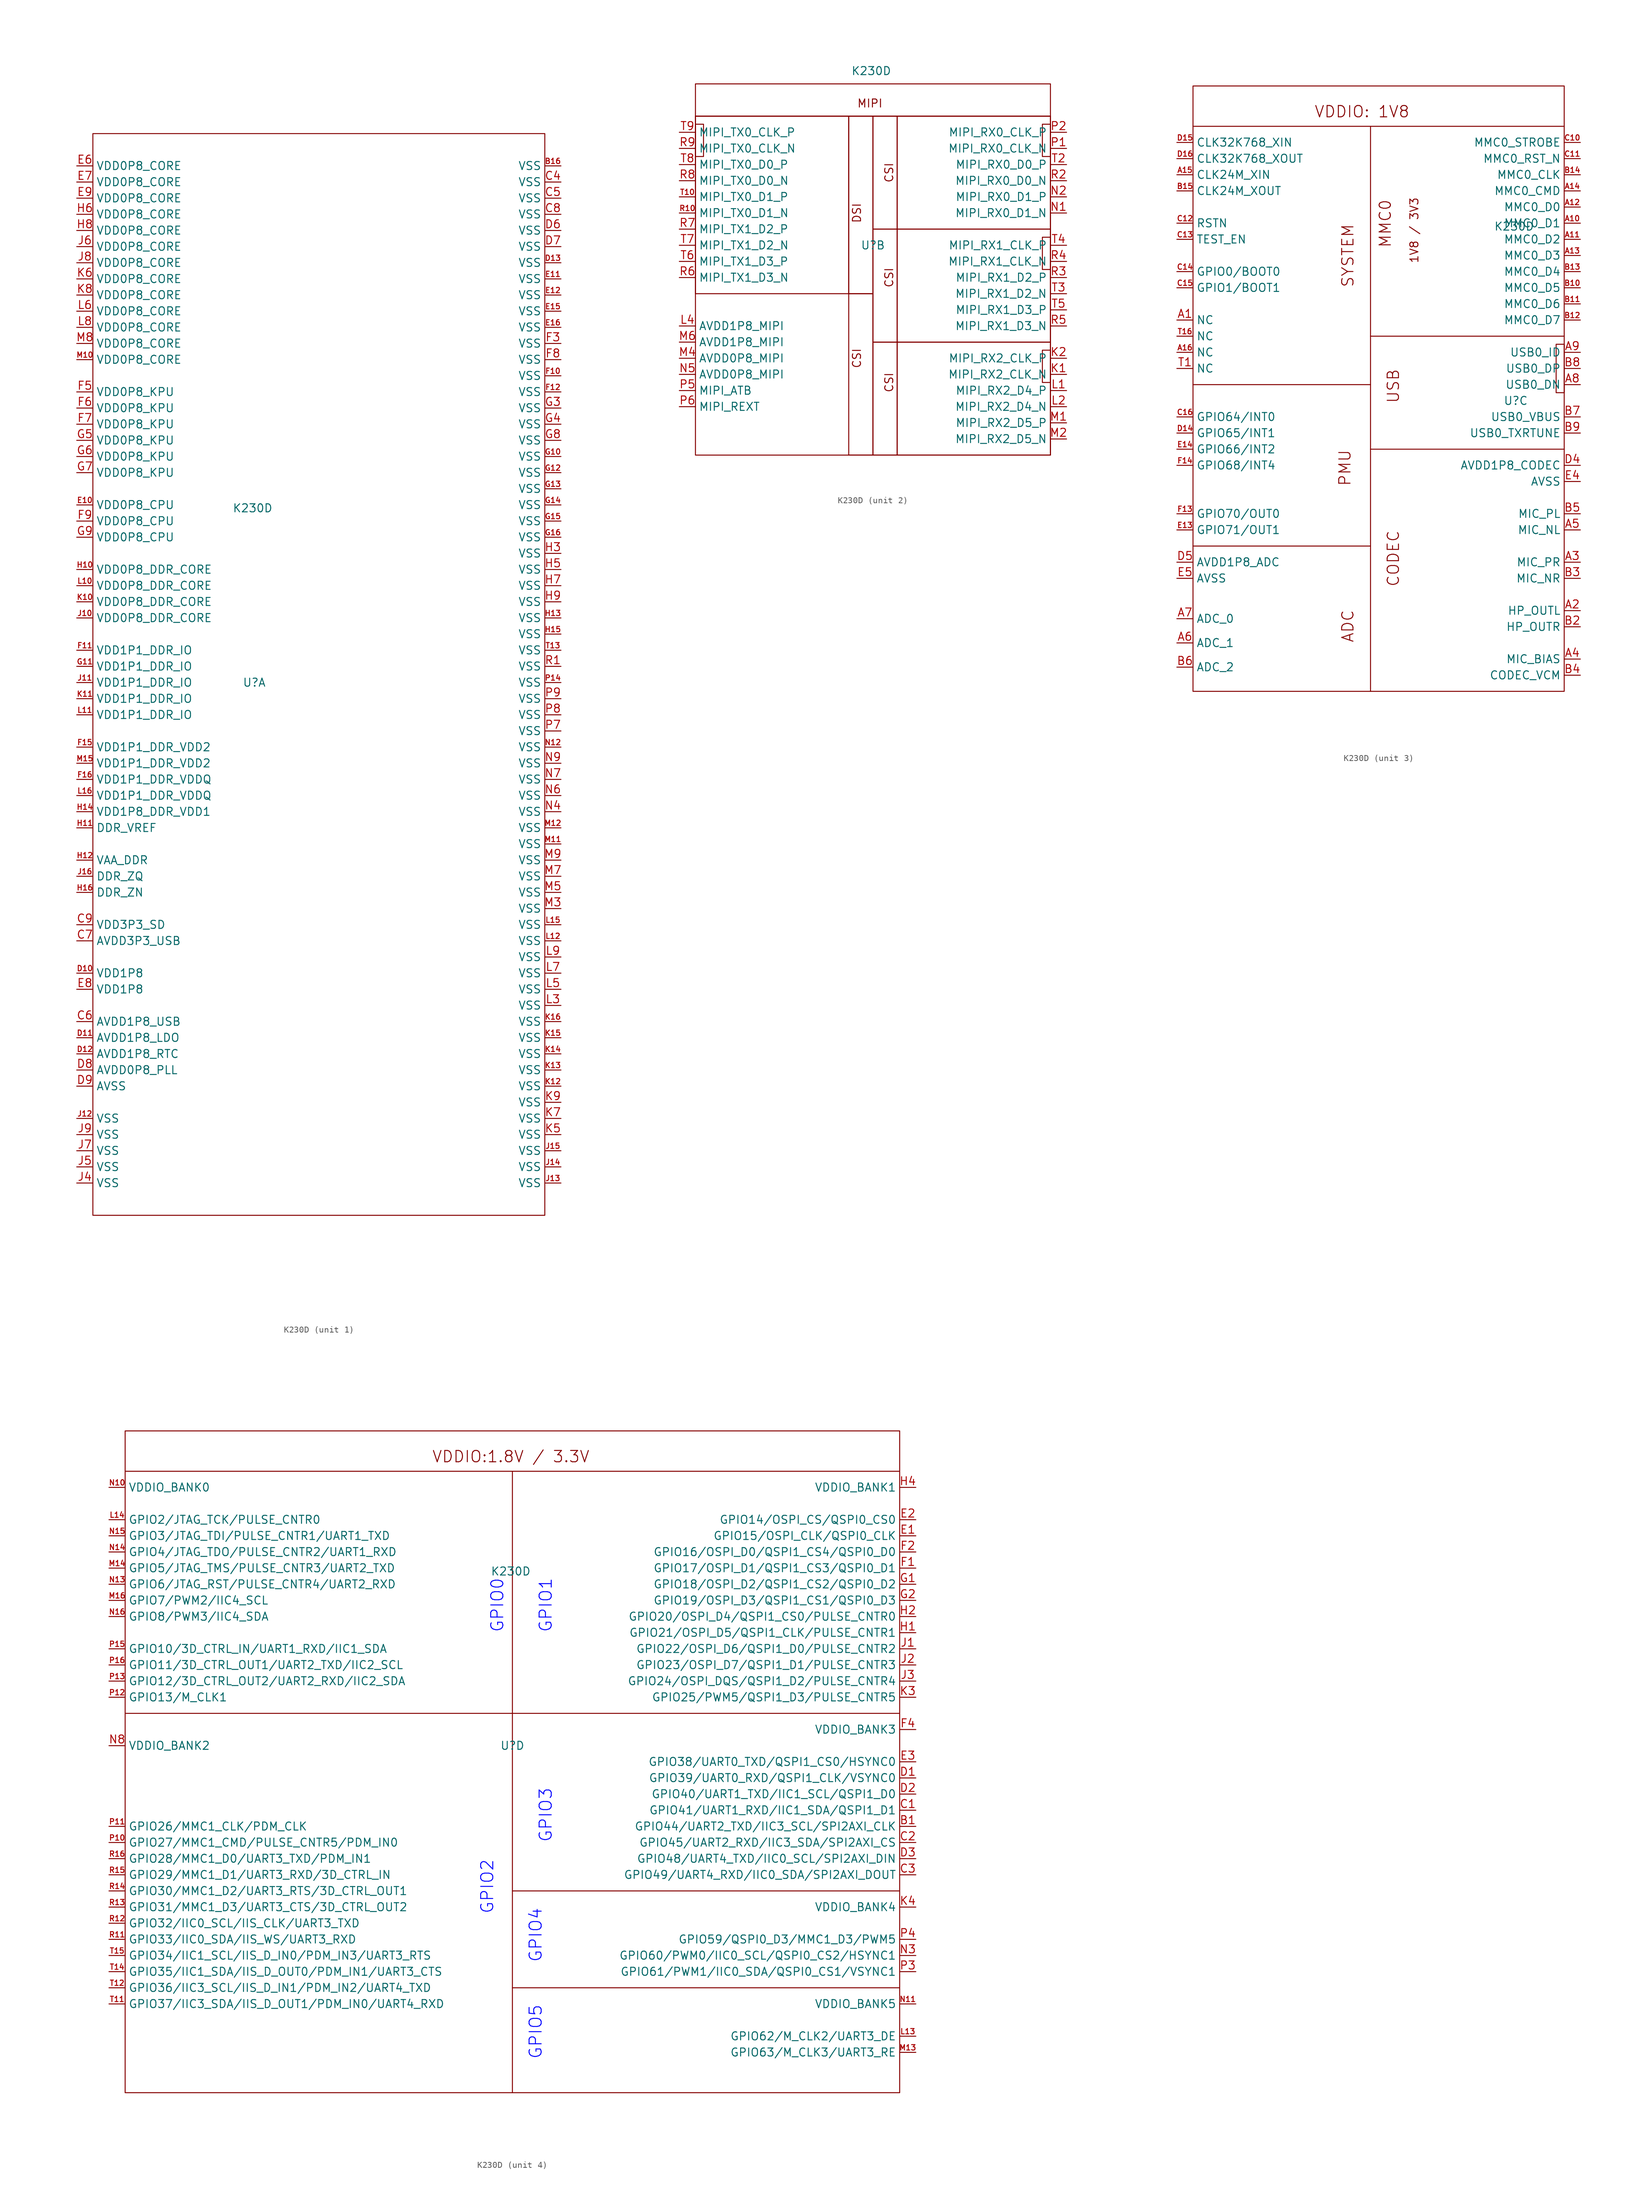
<source format=kicad_sym>
(kicad_symbol_lib
  (version 20231120)
  (generator "kicad_symbol_editor")
  (generator_version "8.0")
  (symbol "K230D"
    (property "Reference" "U"
      (at 0 0 0)
      (effects (font (size 1.27 1.27))))
    (property "Value" "K230D"
      (at -0.254 27.432 0)
      (effects (font (size 1.27 1.27))))
    (symbol "K230D_1_0"
      (rectangle (start -25.4 -83.82) (end 45.72 86.36) (stroke (width 0) (type default)) (fill (type none)))
      (pin input line (at 48.26 81.28 180) (length 2.54) (name "VSS" (effects (font (size 1.27 1.27)))) (number "B16" (effects (font (size 0.847 0.847)))))
      (pin input line (at 48.26 78.74 180) (length 2.54) (name "VSS" (effects (font (size 1.27 1.27)))) (number "C4" (effects (font (size 1.27 1.27)))))
      (pin input line (at 48.26 76.2 180) (length 2.54) (name "VSS" (effects (font (size 1.27 1.27)))) (number "C5" (effects (font (size 1.27 1.27)))))
      (pin input line (at -27.94 -53.34 0) (length 2.54) (name "AVDD1P8_USB" (effects (font (size 1.27 1.27)))) (number "C6" (effects (font (size 1.27 1.27)))))
      (pin input line (at -27.94 -40.64 0) (length 2.54) (name "AVDD3P3_USB" (effects (font (size 1.27 1.27)))) (number "C7" (effects (font (size 1.27 1.27)))))
      (pin input line (at 48.26 73.66 180) (length 2.54) (name "VSS" (effects (font (size 1.27 1.27)))) (number "C8" (effects (font (size 1.27 1.27)))))
      (pin input line (at -27.94 -38.1 0) (length 2.54) (name "VDD3P3_SD" (effects (font (size 1.27 1.27)))) (number "C9" (effects (font (size 1.27 1.27)))))
      (pin input line (at -27.94 -45.72 0) (length 2.54) (name "VDD1P8" (effects (font (size 1.27 1.27)))) (number "D10" (effects (font (size 0.847 0.847)))))
      (pin input line (at -27.94 -55.88 0) (length 2.54) (name "AVDD1P8_LDO" (effects (font (size 1.27 1.27)))) (number "D11" (effects (font (size 0.847 0.847)))))
      (pin input line (at -27.94 -58.42 0) (length 2.54) (name "AVDD1P8_RTC" (effects (font (size 1.27 1.27)))) (number "D12" (effects (font (size 0.847 0.847)))))
      (pin input line (at 48.26 66.04 180) (length 2.54) (name "VSS" (effects (font (size 1.27 1.27)))) (number "D13" (effects (font (size 0.847 0.847)))))
      (pin input line (at 48.26 71.12 180) (length 2.54) (name "VSS" (effects (font (size 1.27 1.27)))) (number "D6" (effects (font (size 1.27 1.27)))))
      (pin input line (at 48.26 68.58 180) (length 2.54) (name "VSS" (effects (font (size 1.27 1.27)))) (number "D7" (effects (font (size 1.27 1.27)))))
      (pin input line (at -27.94 -60.96 0) (length 2.54) (name "AVDD0P8_PLL" (effects (font (size 1.27 1.27)))) (number "D8" (effects (font (size 1.27 1.27)))))
      (pin input line (at -27.94 -63.5 0) (length 2.54) (name "AVSS" (effects (font (size 1.27 1.27)))) (number "D9" (effects (font (size 1.27 1.27)))))
      (pin input line (at -27.94 27.94 0) (length 2.54) (name "VDD0P8_CPU" (effects (font (size 1.27 1.27)))) (number "E10" (effects (font (size 0.847 0.847)))))
      (pin input line (at 48.26 63.5 180) (length 2.54) (name "VSS" (effects (font (size 1.27 1.27)))) (number "E11" (effects (font (size 0.847 0.847)))))
      (pin input line (at 48.26 60.96 180) (length 2.54) (name "VSS" (effects (font (size 1.27 1.27)))) (number "E12" (effects (font (size 0.847 0.847)))))
      (pin input line (at 48.26 58.42 180) (length 2.54) (name "VSS" (effects (font (size 1.27 1.27)))) (number "E15" (effects (font (size 0.847 0.847)))))
      (pin input line (at 48.26 55.88 180) (length 2.54) (name "VSS" (effects (font (size 1.27 1.27)))) (number "E16" (effects (font (size 0.847 0.847)))))
      (pin input line (at -27.94 81.28 0) (length 2.54) (name "VDD0P8_CORE" (effects (font (size 1.27 1.27)))) (number "E6" (effects (font (size 1.27 1.27)))))
      (pin input line (at -27.94 78.74 0) (length 2.54) (name "VDD0P8_CORE" (effects (font (size 1.27 1.27)))) (number "E7" (effects (font (size 1.27 1.27)))))
      (pin input line (at -27.94 -48.26 0) (length 2.54) (name "VDD1P8" (effects (font (size 1.27 1.27)))) (number "E8" (effects (font (size 1.27 1.27)))))
      (pin input line (at -27.94 76.2 0) (length 2.54) (name "VDD0P8_CORE" (effects (font (size 1.27 1.27)))) (number "E9" (effects (font (size 1.27 1.27)))))
      (pin input line (at 48.26 48.26 180) (length 2.54) (name "VSS" (effects (font (size 1.27 1.27)))) (number "F10" (effects (font (size 0.847 0.847)))))
      (pin input line (at -27.94 5.08 0) (length 2.54) (name "VDD1P1_DDR_IO" (effects (font (size 1.27 1.27)))) (number "F11" (effects (font (size 0.847 0.847)))))
      (pin input line (at 48.26 45.72 180) (length 2.54) (name "VSS" (effects (font (size 1.27 1.27)))) (number "F12" (effects (font (size 0.847 0.847)))))
      (pin input line (at -27.94 -10.16 0) (length 2.54) (name "VDD1P1_DDR_VDD2" (effects (font (size 1.27 1.27)))) (number "F15" (effects (font (size 0.847 0.847)))))
      (pin input line (at -27.94 -15.24 0) (length 2.54) (name "VDD1P1_DDR_VDDQ" (effects (font (size 1.27 1.27)))) (number "F16" (effects (font (size 0.847 0.847)))))
      (pin input line (at 48.26 53.34 180) (length 2.54) (name "VSS" (effects (font (size 1.27 1.27)))) (number "F3" (effects (font (size 1.27 1.27)))))
      (pin input line (at -27.94 45.72 0) (length 2.54) (name "VDD0P8_KPU" (effects (font (size 1.27 1.27)))) (number "F5" (effects (font (size 1.27 1.27)))))
      (pin input line (at -27.94 43.18 0) (length 2.54) (name "VDD0P8_KPU" (effects (font (size 1.27 1.27)))) (number "F6" (effects (font (size 1.27 1.27)))))
      (pin input line (at -27.94 40.64 0) (length 2.54) (name "VDD0P8_KPU" (effects (font (size 1.27 1.27)))) (number "F7" (effects (font (size 1.27 1.27)))))
      (pin input line (at 48.26 50.8 180) (length 2.54) (name "VSS" (effects (font (size 1.27 1.27)))) (number "F8" (effects (font (size 1.27 1.27)))))
      (pin input line (at -27.94 25.4 0) (length 2.54) (name "VDD0P8_CPU" (effects (font (size 1.27 1.27)))) (number "F9" (effects (font (size 1.27 1.27)))))
      (pin input line (at 48.26 35.56 180) (length 2.54) (name "VSS" (effects (font (size 1.27 1.27)))) (number "G10" (effects (font (size 0.847 0.847)))))
      (pin input line (at -27.94 2.54 0) (length 2.54) (name "VDD1P1_DDR_IO" (effects (font (size 1.27 1.27)))) (number "G11" (effects (font (size 0.847 0.847)))))
      (pin input line (at 48.26 33.02 180) (length 2.54) (name "VSS" (effects (font (size 1.27 1.27)))) (number "G12" (effects (font (size 0.847 0.847)))))
      (pin input line (at 48.26 30.48 180) (length 2.54) (name "VSS" (effects (font (size 1.27 1.27)))) (number "G13" (effects (font (size 0.847 0.847)))))
      (pin input line (at 48.26 27.94 180) (length 2.54) (name "VSS" (effects (font (size 1.27 1.27)))) (number "G14" (effects (font (size 0.847 0.847)))))
      (pin input line (at 48.26 25.4 180) (length 2.54) (name "VSS" (effects (font (size 1.27 1.27)))) (number "G15" (effects (font (size 0.847 0.847)))))
      (pin input line (at 48.26 22.86 180) (length 2.54) (name "VSS" (effects (font (size 1.27 1.27)))) (number "G16" (effects (font (size 0.847 0.847)))))
      (pin input line (at 48.26 43.18 180) (length 2.54) (name "VSS" (effects (font (size 1.27 1.27)))) (number "G3" (effects (font (size 1.27 1.27)))))
      (pin input line (at 48.26 40.64 180) (length 2.54) (name "VSS" (effects (font (size 1.27 1.27)))) (number "G4" (effects (font (size 1.27 1.27)))))
      (pin input line (at -27.94 38.1 0) (length 2.54) (name "VDD0P8_KPU" (effects (font (size 1.27 1.27)))) (number "G5" (effects (font (size 1.27 1.27)))))
      (pin input line (at -27.94 35.56 0) (length 2.54) (name "VDD0P8_KPU" (effects (font (size 1.27 1.27)))) (number "G6" (effects (font (size 1.27 1.27)))))
      (pin input line (at -27.94 33.02 0) (length 2.54) (name "VDD0P8_KPU" (effects (font (size 1.27 1.27)))) (number "G7" (effects (font (size 1.27 1.27)))))
      (pin input line (at 48.26 38.1 180) (length 2.54) (name "VSS" (effects (font (size 1.27 1.27)))) (number "G8" (effects (font (size 1.27 1.27)))))
      (pin input line (at -27.94 22.86 0) (length 2.54) (name "VDD0P8_CPU" (effects (font (size 1.27 1.27)))) (number "G9" (effects (font (size 1.27 1.27)))))
      (pin input line (at -27.94 17.78 0) (length 2.54) (name "VDD0P8_DDR_CORE" (effects (font (size 1.27 1.27)))) (number "H10" (effects (font (size 0.847 0.847)))))
      (pin input line (at -27.94 -22.86 0) (length 2.54) (name "DDR_VREF" (effects (font (size 1.27 1.27)))) (number "H11" (effects (font (size 0.847 0.847)))))
      (pin input line (at -27.94 -27.94 0) (length 2.54) (name "VAA_DDR" (effects (font (size 1.27 1.27)))) (number "H12" (effects (font (size 0.847 0.847)))))
      (pin input line (at 48.26 10.16 180) (length 2.54) (name "VSS" (effects (font (size 1.27 1.27)))) (number "H13" (effects (font (size 0.847 0.847)))))
      (pin input line (at -27.94 -20.32 0) (length 2.54) (name "VDD1P8_DDR_VDD1" (effects (font (size 1.27 1.27)))) (number "H14" (effects (font (size 0.847 0.847)))))
      (pin input line (at 48.26 7.62 180) (length 2.54) (name "VSS" (effects (font (size 1.27 1.27)))) (number "H15" (effects (font (size 0.847 0.847)))))
      (pin input line (at -27.94 -33.02 0) (length 2.54) (name "DDR_ZN" (effects (font (size 1.27 1.27)))) (number "H16" (effects (font (size 0.847 0.847)))))
      (pin input line (at 48.26 20.32 180) (length 2.54) (name "VSS" (effects (font (size 1.27 1.27)))) (number "H3" (effects (font (size 1.27 1.27)))))
      (pin input line (at 48.26 17.78 180) (length 2.54) (name "VSS" (effects (font (size 1.27 1.27)))) (number "H5" (effects (font (size 1.27 1.27)))))
      (pin input line (at -27.94 73.66 0) (length 2.54) (name "VDD0P8_CORE" (effects (font (size 1.27 1.27)))) (number "H6" (effects (font (size 1.27 1.27)))))
      (pin input line (at 48.26 15.24 180) (length 2.54) (name "VSS" (effects (font (size 1.27 1.27)))) (number "H7" (effects (font (size 1.27 1.27)))))
      (pin input line (at -27.94 71.12 0) (length 2.54) (name "VDD0P8_CORE" (effects (font (size 1.27 1.27)))) (number "H8" (effects (font (size 1.27 1.27)))))
      (pin input line (at 48.26 12.7 180) (length 2.54) (name "VSS" (effects (font (size 1.27 1.27)))) (number "H9" (effects (font (size 1.27 1.27)))))
      (pin input line (at -27.94 10.16 0) (length 2.54) (name "VDD0P8_DDR_CORE" (effects (font (size 1.27 1.27)))) (number "J10" (effects (font (size 0.847 0.847)))))
      (pin input line (at -27.94 0 0) (length 2.54) (name "VDD1P1_DDR_IO" (effects (font (size 1.27 1.27)))) (number "J11" (effects (font (size 0.847 0.847)))))
      (pin input line (at -27.94 -68.58 0) (length 2.54) (name "VSS" (effects (font (size 1.27 1.27)))) (number "J12" (effects (font (size 0.847 0.847)))))
      (pin input line (at 48.26 -78.74 180) (length 2.54) (name "VSS" (effects (font (size 1.27 1.27)))) (number "J13" (effects (font (size 0.847 0.847)))))
      (pin input line (at 48.26 -76.2 180) (length 2.54) (name "VSS" (effects (font (size 1.27 1.27)))) (number "J14" (effects (font (size 0.847 0.847)))))
      (pin input line (at 48.26 -73.66 180) (length 2.54) (name "VSS" (effects (font (size 1.27 1.27)))) (number "J15" (effects (font (size 0.847 0.847)))))
      (pin input line (at -27.94 -30.48 0) (length 2.54) (name "DDR_ZQ" (effects (font (size 1.27 1.27)))) (number "J16" (effects (font (size 0.847 0.847)))))
      (pin input line (at -27.94 -78.74 0) (length 2.54) (name "VSS" (effects (font (size 1.27 1.27)))) (number "J4" (effects (font (size 1.27 1.27)))))
      (pin input line (at -27.94 -76.2 0) (length 2.54) (name "VSS" (effects (font (size 1.27 1.27)))) (number "J5" (effects (font (size 1.27 1.27)))))
      (pin input line (at -27.94 68.58 0) (length 2.54) (name "VDD0P8_CORE" (effects (font (size 1.27 1.27)))) (number "J6" (effects (font (size 1.27 1.27)))))
      (pin input line (at -27.94 -73.66 0) (length 2.54) (name "VSS" (effects (font (size 1.27 1.27)))) (number "J7" (effects (font (size 1.27 1.27)))))
      (pin input line (at -27.94 66.04 0) (length 2.54) (name "VDD0P8_CORE" (effects (font (size 1.27 1.27)))) (number "J8" (effects (font (size 1.27 1.27)))))
      (pin input line (at -27.94 -71.12 0) (length 2.54) (name "VSS" (effects (font (size 1.27 1.27)))) (number "J9" (effects (font (size 1.27 1.27)))))
      (pin input line (at -27.94 12.7 0) (length 2.54) (name "VDD0P8_DDR_CORE" (effects (font (size 1.27 1.27)))) (number "K10" (effects (font (size 0.847 0.847)))))
      (pin input line (at -27.94 -2.54 0) (length 2.54) (name "VDD1P1_DDR_IO" (effects (font (size 1.27 1.27)))) (number "K11" (effects (font (size 0.847 0.847)))))
      (pin input line (at 48.26 -63.5 180) (length 2.54) (name "VSS" (effects (font (size 1.27 1.27)))) (number "K12" (effects (font (size 0.847 0.847)))))
      (pin input line (at 48.26 -60.96 180) (length 2.54) (name "VSS" (effects (font (size 1.27 1.27)))) (number "K13" (effects (font (size 0.847 0.847)))))
      (pin input line (at 48.26 -58.42 180) (length 2.54) (name "VSS" (effects (font (size 1.27 1.27)))) (number "K14" (effects (font (size 0.847 0.847)))))
      (pin input line (at 48.26 -55.88 180) (length 2.54) (name "VSS" (effects (font (size 1.27 1.27)))) (number "K15" (effects (font (size 0.847 0.847)))))
      (pin input line (at 48.26 -53.34 180) (length 2.54) (name "VSS" (effects (font (size 1.27 1.27)))) (number "K16" (effects (font (size 0.847 0.847)))))
      (pin input line (at 48.26 -71.12 180) (length 2.54) (name "VSS" (effects (font (size 1.27 1.27)))) (number "K5" (effects (font (size 1.27 1.27)))))
      (pin input line (at -27.94 63.5 0) (length 2.54) (name "VDD0P8_CORE" (effects (font (size 1.27 1.27)))) (number "K6" (effects (font (size 1.27 1.27)))))
      (pin input line (at 48.26 -68.58 180) (length 2.54) (name "VSS" (effects (font (size 1.27 1.27)))) (number "K7" (effects (font (size 1.27 1.27)))))
      (pin input line (at -27.94 60.96 0) (length 2.54) (name "VDD0P8_CORE" (effects (font (size 1.27 1.27)))) (number "K8" (effects (font (size 1.27 1.27)))))
      (pin input line (at 48.26 -66.04 180) (length 2.54) (name "VSS" (effects (font (size 1.27 1.27)))) (number "K9" (effects (font (size 1.27 1.27)))))
      (pin input line (at -27.94 15.24 0) (length 2.54) (name "VDD0P8_DDR_CORE" (effects (font (size 1.27 1.27)))) (number "L10" (effects (font (size 0.847 0.847)))))
      (pin input line (at -27.94 -5.08 0) (length 2.54) (name "VDD1P1_DDR_IO" (effects (font (size 1.27 1.27)))) (number "L11" (effects (font (size 0.847 0.847)))))
      (pin input line (at 48.26 -40.64 180) (length 2.54) (name "VSS" (effects (font (size 1.27 1.27)))) (number "L12" (effects (font (size 0.847 0.847)))))
      (pin input line (at 48.26 -38.1 180) (length 2.54) (name "VSS" (effects (font (size 1.27 1.27)))) (number "L15" (effects (font (size 0.847 0.847)))))
      (pin input line (at -27.94 -17.78 0) (length 2.54) (name "VDD1P1_DDR_VDDQ" (effects (font (size 1.27 1.27)))) (number "L16" (effects (font (size 0.847 0.847)))))
      (pin input line (at 48.26 -50.8 180) (length 2.54) (name "VSS" (effects (font (size 1.27 1.27)))) (number "L3" (effects (font (size 1.27 1.27)))))
      (pin input line (at 48.26 -48.26 180) (length 2.54) (name "VSS" (effects (font (size 1.27 1.27)))) (number "L5" (effects (font (size 1.27 1.27)))))
      (pin input line (at -27.94 58.42 0) (length 2.54) (name "VDD0P8_CORE" (effects (font (size 1.27 1.27)))) (number "L6" (effects (font (size 1.27 1.27)))))
      (pin input line (at 48.26 -45.72 180) (length 2.54) (name "VSS" (effects (font (size 1.27 1.27)))) (number "L7" (effects (font (size 1.27 1.27)))))
      (pin input line (at -27.94 55.88 0) (length 2.54) (name "VDD0P8_CORE" (effects (font (size 1.27 1.27)))) (number "L8" (effects (font (size 1.27 1.27)))))
      (pin input line (at 48.26 -43.18 180) (length 2.54) (name "VSS" (effects (font (size 1.27 1.27)))) (number "L9" (effects (font (size 1.27 1.27)))))
      (pin input line (at -27.94 50.8 0) (length 2.54) (name "VDD0P8_CORE" (effects (font (size 1.27 1.27)))) (number "M10" (effects (font (size 0.847 0.847)))))
      (pin input line (at 48.26 -25.4 180) (length 2.54) (name "VSS" (effects (font (size 1.27 1.27)))) (number "M11" (effects (font (size 0.847 0.847)))))
      (pin input line (at 48.26 -22.86 180) (length 2.54) (name "VSS" (effects (font (size 1.27 1.27)))) (number "M12" (effects (font (size 0.847 0.847)))))
      (pin input line (at -27.94 -12.7 0) (length 2.54) (name "VDD1P1_DDR_VDD2" (effects (font (size 1.27 1.27)))) (number "M15" (effects (font (size 0.847 0.847)))))
      (pin input line (at 48.26 -35.56 180) (length 2.54) (name "VSS" (effects (font (size 1.27 1.27)))) (number "M3" (effects (font (size 1.27 1.27)))))
      (pin input line (at 48.26 -33.02 180) (length 2.54) (name "VSS" (effects (font (size 1.27 1.27)))) (number "M5" (effects (font (size 1.27 1.27)))))
      (pin input line (at 48.26 -30.48 180) (length 2.54) (name "VSS" (effects (font (size 1.27 1.27)))) (number "M7" (effects (font (size 1.27 1.27)))))
      (pin input line (at -27.94 53.34 0) (length 2.54) (name "VDD0P8_CORE" (effects (font (size 1.27 1.27)))) (number "M8" (effects (font (size 1.27 1.27)))))
      (pin input line (at 48.26 -27.94 180) (length 2.54) (name "VSS" (effects (font (size 1.27 1.27)))) (number "M9" (effects (font (size 1.27 1.27)))))
      (pin input line (at 48.26 -10.16 180) (length 2.54) (name "VSS" (effects (font (size 1.27 1.27)))) (number "N12" (effects (font (size 0.847 0.847)))))
      (pin input line (at 48.26 -20.32 180) (length 2.54) (name "VSS" (effects (font (size 1.27 1.27)))) (number "N4" (effects (font (size 1.27 1.27)))))
      (pin input line (at 48.26 -17.78 180) (length 2.54) (name "VSS" (effects (font (size 1.27 1.27)))) (number "N6" (effects (font (size 1.27 1.27)))))
      (pin input line (at 48.26 -15.24 180) (length 2.54) (name "VSS" (effects (font (size 1.27 1.27)))) (number "N7" (effects (font (size 1.27 1.27)))))
      (pin input line (at 48.26 -12.7 180) (length 2.54) (name "VSS" (effects (font (size 1.27 1.27)))) (number "N9" (effects (font (size 1.27 1.27)))))
      (pin input line (at 48.26 0 180) (length 2.54) (name "VSS" (effects (font (size 1.27 1.27)))) (number "P14" (effects (font (size 0.847 0.847)))))
      (pin input line (at 48.26 -7.62 180) (length 2.54) (name "VSS" (effects (font (size 1.27 1.27)))) (number "P7" (effects (font (size 1.27 1.27)))))
      (pin input line (at 48.26 -5.08 180) (length 2.54) (name "VSS" (effects (font (size 1.27 1.27)))) (number "P8" (effects (font (size 1.27 1.27)))))
      (pin input line (at 48.26 -2.54 180) (length 2.54) (name "VSS" (effects (font (size 1.27 1.27)))) (number "P9" (effects (font (size 1.27 1.27)))))
      (pin input line (at 48.26 2.54 180) (length 2.54) (name "VSS" (effects (font (size 1.27 1.27)))) (number "R1" (effects (font (size 1.27 1.27)))))
      (pin input line (at 48.26 5.08 180) (length 2.54) (name "VSS" (effects (font (size 1.27 1.27)))) (number "T13" (effects (font (size 0.847 0.847))))))
    (symbol "K230D_2_0"
      (rectangle (start -27.94 -33.02) (end 27.94 20.32) (stroke (width 0) (type default)) (fill (type none)))
      (rectangle (start -27.94 -7.62) (end -3.81 20.32) (stroke (width 0) (type default)) (fill (type none)))
      (rectangle (start -27.94 13.97) (end -26.67 19.05) (stroke (width 0) (type default)) (fill (type none)))
      (rectangle (start -27.94 20.32) (end 27.94 25.4) (stroke (width 0) (type default)) (fill (type none)))
      (rectangle (start -3.81 -33.02) (end 0 -7.62) (stroke (width 0) (type default)) (fill (type none)))
      (rectangle (start -3.81 -7.62) (end 0 20.32) (stroke (width 0) (type default)) (fill (type none)))
      (rectangle (start 0 -33.02) (end 3.81 -15.24) (stroke (width 0) (type default)) (fill (type none)))
      (rectangle (start 0 -15.24) (end 3.81 2.54) (stroke (width 0) (type default)) (fill (type none)))
      (rectangle (start 0 2.54) (end 3.81 20.32) (stroke (width 0) (type default)) (fill (type none)))
      (rectangle (start 3.81 -33.02) (end 27.94 -15.24) (stroke (width 0) (type default)) (fill (type none)))
      (rectangle (start 3.81 -15.24) (end 27.94 2.54) (stroke (width 0) (type default)) (fill (type none)))
      (rectangle (start 3.81 2.54) (end 27.94 20.32) (stroke (width 0) (type default)) (fill (type none)))
      (rectangle (start 26.67 -21.59) (end 27.94 -16.51) (stroke (width 0) (type default)) (fill (type none)))
      (rectangle (start 26.67 -3.81) (end 27.94 1.27) (stroke (width 0) (type default)) (fill (type none)))
      (rectangle (start 26.67 13.97) (end 27.94 19.05) (stroke (width 0) (type default)) (fill (type none)))
      (text "CSI" (at -2.54 -17.78 900) (effects (font (size 1.27 1.27))))
      (text "CSI" (at 2.54 -21.59 900) (effects (font (size 1.27 1.27))))
      (text "CSI" (at 2.54 -5.08 900) (effects (font (size 1.27 1.27))))
      (text "CSI" (at 2.54 11.43 900) (effects (font (size 1.27 1.27))))
      (text "DSI" (at -2.54 5.08 900) (effects (font (size 1.27 1.27))))
      (text "MIPI" (at -2.54 21.59 0) (effects (font (size 1.27 1.27)) (justify left bottom)))
      (pin input line (at 30.48 -20.32 180) (length 2.54) (name "MIPI_RX2_CLK_N" (effects (font (size 1.27 1.27)))) (number "K1" (effects (font (size 1.27 1.27)))))
      (pin input line (at 30.48 -17.78 180) (length 2.54) (name "MIPI_RX2_CLK_P" (effects (font (size 1.27 1.27)))) (number "K2" (effects (font (size 1.27 1.27)))))
      (pin input line (at 30.48 -22.86 180) (length 2.54) (name "MIPI_RX2_D4_P" (effects (font (size 1.27 1.27)))) (number "L1" (effects (font (size 1.27 1.27)))))
      (pin input line (at 30.48 -25.4 180) (length 2.54) (name "MIPI_RX2_D4_N" (effects (font (size 1.27 1.27)))) (number "L2" (effects (font (size 1.27 1.27)))))
      (pin input line (at -30.48 -12.7 0) (length 2.54) (name "AVDD1P8_MIPI" (effects (font (size 1.27 1.27)))) (number "L4" (effects (font (size 1.27 1.27)))))
      (pin input line (at 30.48 -27.94 180) (length 2.54) (name "MIPI_RX2_D5_P" (effects (font (size 1.27 1.27)))) (number "M1" (effects (font (size 1.27 1.27)))))
      (pin input line (at 30.48 -30.48 180) (length 2.54) (name "MIPI_RX2_D5_N" (effects (font (size 1.27 1.27)))) (number "M2" (effects (font (size 1.27 1.27)))))
      (pin input line (at -30.48 -17.78 0) (length 2.54) (name "AVDD0P8_MIPI" (effects (font (size 1.27 1.27)))) (number "M4" (effects (font (size 1.27 1.27)))))
      (pin input line (at -30.48 -15.24 0) (length 2.54) (name "AVDD1P8_MIPI" (effects (font (size 1.27 1.27)))) (number "M6" (effects (font (size 1.27 1.27)))))
      (pin input line (at 30.48 5.08 180) (length 2.54) (name "MIPI_RX0_D1_N" (effects (font (size 1.27 1.27)))) (number "N1" (effects (font (size 1.27 1.27)))))
      (pin input line (at 30.48 7.62 180) (length 2.54) (name "MIPI_RX0_D1_P" (effects (font (size 1.27 1.27)))) (number "N2" (effects (font (size 1.27 1.27)))))
      (pin input line (at -30.48 -20.32 0) (length 2.54) (name "AVDD0P8_MIPI" (effects (font (size 1.27 1.27)))) (number "N5" (effects (font (size 1.27 1.27)))))
      (pin input line (at 30.48 15.24 180) (length 2.54) (name "MIPI_RX0_CLK_N" (effects (font (size 1.27 1.27)))) (number "P1" (effects (font (size 1.27 1.27)))))
      (pin input line (at 30.48 17.78 180) (length 2.54) (name "MIPI_RX0_CLK_P" (effects (font (size 1.27 1.27)))) (number "P2" (effects (font (size 1.27 1.27)))))
      (pin input line (at -30.48 -22.86 0) (length 2.54) (name "MIPI_ATB" (effects (font (size 1.27 1.27)))) (number "P5" (effects (font (size 1.27 1.27)))))
      (pin input line (at -30.48 -25.4 0) (length 2.54) (name "MIPI_REXT" (effects (font (size 1.27 1.27)))) (number "P6" (effects (font (size 1.27 1.27)))))
      (pin input line (at -30.48 5.08 0) (length 2.54) (name "MIPI_TX0_D1_N" (effects (font (size 1.27 1.27)))) (number "R10" (effects (font (size 0.847 0.847)))))
      (pin input line (at 30.48 10.16 180) (length 2.54) (name "MIPI_RX0_D0_N" (effects (font (size 1.27 1.27)))) (number "R2" (effects (font (size 1.27 1.27)))))
      (pin input line (at 30.48 -5.08 180) (length 2.54) (name "MIPI_RX1_D2_P" (effects (font (size 1.27 1.27)))) (number "R3" (effects (font (size 1.27 1.27)))))
      (pin input line (at 30.48 -2.54 180) (length 2.54) (name "MIPI_RX1_CLK_N" (effects (font (size 1.27 1.27)))) (number "R4" (effects (font (size 1.27 1.27)))))
      (pin input line (at 30.48 -12.7 180) (length 2.54) (name "MIPI_RX1_D3_N" (effects (font (size 1.27 1.27)))) (number "R5" (effects (font (size 1.27 1.27)))))
      (pin input line (at -30.48 -5.08 0) (length 2.54) (name "MIPI_TX1_D3_N" (effects (font (size 1.27 1.27)))) (number "R6" (effects (font (size 1.27 1.27)))))
      (pin input line (at -30.48 2.54 0) (length 2.54) (name "MIPI_TX1_D2_P" (effects (font (size 1.27 1.27)))) (number "R7" (effects (font (size 1.27 1.27)))))
      (pin input line (at -30.48 10.16 0) (length 2.54) (name "MIPI_TX0_D0_N" (effects (font (size 1.27 1.27)))) (number "R8" (effects (font (size 1.27 1.27)))))
      (pin input line (at -30.48 15.24 0) (length 2.54) (name "MIPI_TX0_CLK_N" (effects (font (size 1.27 1.27)))) (number "R9" (effects (font (size 1.27 1.27)))))
      (pin input line (at -30.48 7.62 0) (length 2.54) (name "MIPI_TX0_D1_P" (effects (font (size 1.27 1.27)))) (number "T10" (effects (font (size 0.847 0.847)))))
      (pin input line (at 30.48 12.7 180) (length 2.54) (name "MIPI_RX0_D0_P" (effects (font (size 1.27 1.27)))) (number "T2" (effects (font (size 1.27 1.27)))))
      (pin input line (at 30.48 -7.62 180) (length 2.54) (name "MIPI_RX1_D2_N" (effects (font (size 1.27 1.27)))) (number "T3" (effects (font (size 1.27 1.27)))))
      (pin input line (at 30.48 0 180) (length 2.54) (name "MIPI_RX1_CLK_P" (effects (font (size 1.27 1.27)))) (number "T4" (effects (font (size 1.27 1.27)))))
      (pin input line (at 30.48 -10.16 180) (length 2.54) (name "MIPI_RX1_D3_P" (effects (font (size 1.27 1.27)))) (number "T5" (effects (font (size 1.27 1.27)))))
      (pin input line (at -30.48 -2.54 0) (length 2.54) (name "MIPI_TX1_D3_P" (effects (font (size 1.27 1.27)))) (number "T6" (effects (font (size 1.27 1.27)))))
      (pin input line (at -30.48 0 0) (length 2.54) (name "MIPI_TX1_D2_N" (effects (font (size 1.27 1.27)))) (number "T7" (effects (font (size 1.27 1.27)))))
      (pin input line (at -30.48 12.7 0) (length 2.54) (name "MIPI_TX0_D0_P" (effects (font (size 1.27 1.27)))) (number "T8" (effects (font (size 1.27 1.27)))))
      (pin input line (at -30.48 17.78 0) (length 2.54) (name "MIPI_TX0_CLK_P" (effects (font (size 1.27 1.27)))) (number "T9" (effects (font (size 1.27 1.27))))))
    (symbol "K230D_3_0"
      (rectangle (start -50.8 49.53) (end 7.62 -45.72) (stroke (width 0) (type default)) (fill (type none)))
      (polyline (pts (xy -50.8 2.54) (xy -22.86 2.54)) (stroke (width 0) (type default)) (fill (type none)))
      (polyline (pts (xy -50.8 43.18) (xy 7.62 43.18)) (stroke (width 0) (type default)) (fill (type none)))
      (polyline (pts (xy -22.86 -45.72) (xy -22.86 43.18)) (stroke (width 0) (type default)) (fill (type none)))
      (polyline (pts (xy -22.86 -22.86) (xy -50.8 -22.86)) (stroke (width 0) (type default)) (fill (type none)))
      (polyline (pts (xy -22.86 -7.62) (xy 7.62 -7.62)) (stroke (width 0) (type default)) (fill (type none)))
      (polyline (pts (xy -22.86 10.16) (xy 7.62 10.16)) (stroke (width 0) (type default)) (fill (type none)))
      (rectangle (start 6.35 8.89) (end 7.62 1.27) (stroke (width 0) (type default)) (fill (type none)))
      (text "1V8 / 3V3" (at -15.24 21.59 900) (effects (font (size 1.27 1.27)) (justify left bottom)))
      (text "ADC" (at -25.4 -38.1 900) (effects (font (size 1.778 1.778)) (justify left bottom)))
      (text "CODEC" (at -20.32 -20.32 900) (effects (font (size 1.778 1.778)) (justify right top)))
      (text "MMC0" (at -21.59 31.75 900) (effects (font (size 1.778 1.778)) (justify right top)))
      (text "PMU" (at -27.94 -7.62 900) (effects (font (size 1.778 1.778)) (justify right top)))
      (text "SYSTEM" (at -25.4 17.78 900) (effects (font (size 1.778 1.778)) (justify left bottom)))
      (text "USB" (at -20.32 5.08 900) (effects (font (size 1.778 1.778)) (justify right top)))
      (text "VDDIO: 1V8" (at -31.75 44.45 0) (effects (font (size 1.778 1.778)) (justify left bottom)))
      (pin input line (at -53.34 12.7 0) (length 2.54) (name "NC" (effects (font (size 1.27 1.27)))) (number "A1" (effects (font (size 1.27 1.27)))))
      (pin input line (at 10.16 27.94 180) (length 2.54) (name "MMC0_D1" (effects (font (size 1.27 1.27)))) (number "A10" (effects (font (size 0.847 0.847)))))
      (pin input line (at 10.16 25.4 180) (length 2.54) (name "MMC0_D2" (effects (font (size 1.27 1.27)))) (number "A11" (effects (font (size 0.847 0.847)))))
      (pin input line (at 10.16 30.48 180) (length 2.54) (name "MMC0_D0" (effects (font (size 1.27 1.27)))) (number "A12" (effects (font (size 0.847 0.847)))))
      (pin input line (at 10.16 22.86 180) (length 2.54) (name "MMC0_D3" (effects (font (size 1.27 1.27)))) (number "A13" (effects (font (size 0.847 0.847)))))
      (pin input line (at 10.16 33.02 180) (length 2.54) (name "MMC0_CMD" (effects (font (size 1.27 1.27)))) (number "A14" (effects (font (size 0.847 0.847)))))
      (pin input line (at -53.34 35.56 0) (length 2.54) (name "CLK24M_XIN" (effects (font (size 1.27 1.27)))) (number "A15" (effects (font (size 0.847 0.847)))))
      (pin input line (at -53.34 7.62 0) (length 2.54) (name "NC" (effects (font (size 1.27 1.27)))) (number "A16" (effects (font (size 0.847 0.847)))))
      (pin input line (at 10.16 -33.02 180) (length 2.54) (name "HP_OUTL" (effects (font (size 1.27 1.27)))) (number "A2" (effects (font (size 1.27 1.27)))))
      (pin input line (at 10.16 -25.4 180) (length 2.54) (name "MIC_PR" (effects (font (size 1.27 1.27)))) (number "A3" (effects (font (size 1.27 1.27)))))
      (pin input line (at 10.16 -40.64 180) (length 2.54) (name "MIC_BIAS" (effects (font (size 1.27 1.27)))) (number "A4" (effects (font (size 1.27 1.27)))))
      (pin input line (at 10.16 -20.32 180) (length 2.54) (name "MIC_NL" (effects (font (size 1.27 1.27)))) (number "A5" (effects (font (size 1.27 1.27)))))
      (pin input line (at -53.34 -38.1 0) (length 2.54) (name "ADC_1" (effects (font (size 1.27 1.27)))) (number "A6" (effects (font (size 1.27 1.27)))))
      (pin input line (at -53.34 -34.29 0) (length 2.54) (name "ADC_0" (effects (font (size 1.27 1.27)))) (number "A7" (effects (font (size 1.27 1.27)))))
      (pin input line (at 10.16 2.54 180) (length 2.54) (name "USB0_DN" (effects (font (size 1.27 1.27)))) (number "A8" (effects (font (size 1.27 1.27)))))
      (pin input line (at 10.16 7.62 180) (length 2.54) (name "USB0_ID" (effects (font (size 1.27 1.27)))) (number "A9" (effects (font (size 1.27 1.27)))))
      (pin input line (at 10.16 17.78 180) (length 2.54) (name "MMC0_D5" (effects (font (size 1.27 1.27)))) (number "B10" (effects (font (size 0.847 0.847)))))
      (pin input line (at 10.16 15.24 180) (length 2.54) (name "MMC0_D6" (effects (font (size 1.27 1.27)))) (number "B11" (effects (font (size 0.847 0.847)))))
      (pin input line (at 10.16 12.7 180) (length 2.54) (name "MMC0_D7" (effects (font (size 1.27 1.27)))) (number "B12" (effects (font (size 0.847 0.847)))))
      (pin input line (at 10.16 20.32 180) (length 2.54) (name "MMC0_D4" (effects (font (size 1.27 1.27)))) (number "B13" (effects (font (size 0.847 0.847)))))
      (pin input line (at 10.16 35.56 180) (length 2.54) (name "MMC0_CLK" (effects (font (size 1.27 1.27)))) (number "B14" (effects (font (size 0.847 0.847)))))
      (pin input line (at -53.34 33.02 0) (length 2.54) (name "CLK24M_XOUT" (effects (font (size 1.27 1.27)))) (number "B15" (effects (font (size 0.847 0.847)))))
      (pin input line (at 10.16 -35.56 180) (length 2.54) (name "HP_OUTR" (effects (font (size 1.27 1.27)))) (number "B2" (effects (font (size 1.27 1.27)))))
      (pin input line (at 10.16 -27.94 180) (length 2.54) (name "MIC_NR" (effects (font (size 1.27 1.27)))) (number "B3" (effects (font (size 1.27 1.27)))))
      (pin input line (at 10.16 -43.18 180) (length 2.54) (name "CODEC_VCM" (effects (font (size 1.27 1.27)))) (number "B4" (effects (font (size 1.27 1.27)))))
      (pin input line (at 10.16 -17.78 180) (length 2.54) (name "MIC_PL" (effects (font (size 1.27 1.27)))) (number "B5" (effects (font (size 1.27 1.27)))))
      (pin input line (at -53.34 -41.91 0) (length 2.54) (name "ADC_2" (effects (font (size 1.27 1.27)))) (number "B6" (effects (font (size 1.27 1.27)))))
      (pin input line (at 10.16 -2.54 180) (length 2.54) (name "USB0_VBUS" (effects (font (size 1.27 1.27)))) (number "B7" (effects (font (size 1.27 1.27)))))
      (pin input line (at 10.16 5.08 180) (length 2.54) (name "USB0_DP" (effects (font (size 1.27 1.27)))) (number "B8" (effects (font (size 1.27 1.27)))))
      (pin input line (at 10.16 -5.08 180) (length 2.54) (name "USB0_TXRTUNE" (effects (font (size 1.27 1.27)))) (number "B9" (effects (font (size 1.27 1.27)))))
      (pin input line (at 10.16 40.64 180) (length 2.54) (name "MMC0_STROBE" (effects (font (size 1.27 1.27)))) (number "C10" (effects (font (size 0.847 0.847)))))
      (pin input line (at 10.16 38.1 180) (length 2.54) (name "MMC0_RST_N" (effects (font (size 1.27 1.27)))) (number "C11" (effects (font (size 0.847 0.847)))))
      (pin input line (at -53.34 27.94 0) (length 2.54) (name "RSTN" (effects (font (size 1.27 1.27)))) (number "C12" (effects (font (size 0.847 0.847)))))
      (pin input line (at -53.34 25.4 0) (length 2.54) (name "TEST_EN" (effects (font (size 1.27 1.27)))) (number "C13" (effects (font (size 0.847 0.847)))))
      (pin input line (at -53.34 20.32 0) (length 2.54) (name "GPIO0/BOOT0" (effects (font (size 1.27 1.27)))) (number "C14" (effects (font (size 0.847 0.847)))))
      (pin input line (at -53.34 17.78 0) (length 2.54) (name "GPIO1/BOOT1" (effects (font (size 1.27 1.27)))) (number "C15" (effects (font (size 0.847 0.847)))))
      (pin input line (at -53.34 -2.54 0) (length 2.54) (name "GPIO64/INT0" (effects (font (size 1.27 1.27)))) (number "C16" (effects (font (size 0.847 0.847)))))
      (pin input line (at -53.34 -5.08 0) (length 2.54) (name "GPIO65/INT1" (effects (font (size 1.27 1.27)))) (number "D14" (effects (font (size 0.847 0.847)))))
      (pin input line (at -53.34 40.64 0) (length 2.54) (name "CLK32K768_XIN" (effects (font (size 1.27 1.27)))) (number "D15" (effects (font (size 0.847 0.847)))))
      (pin input line (at -53.34 38.1 0) (length 2.54) (name "CLK32K768_XOUT" (effects (font (size 1.27 1.27)))) (number "D16" (effects (font (size 0.847 0.847)))))
      (pin input line (at 10.16 -10.16 180) (length 2.54) (name "AVDD1P8_CODEC" (effects (font (size 1.27 1.27)))) (number "D4" (effects (font (size 1.27 1.27)))))
      (pin input line (at -53.34 -25.4 0) (length 2.54) (name "AVDD1P8_ADC" (effects (font (size 1.27 1.27)))) (number "D5" (effects (font (size 1.27 1.27)))))
      (pin input line (at -53.34 -20.32 0) (length 2.54) (name "GPIO71/OUT1" (effects (font (size 1.27 1.27)))) (number "E13" (effects (font (size 0.847 0.847)))))
      (pin input line (at -53.34 -7.62 0) (length 2.54) (name "GPIO66/INT2" (effects (font (size 1.27 1.27)))) (number "E14" (effects (font (size 0.847 0.847)))))
      (pin input line (at 10.16 -12.7 180) (length 2.54) (name "AVSS" (effects (font (size 1.27 1.27)))) (number "E4" (effects (font (size 1.27 1.27)))))
      (pin input line (at -53.34 -27.94 0) (length 2.54) (name "AVSS" (effects (font (size 1.27 1.27)))) (number "E5" (effects (font (size 1.27 1.27)))))
      (pin input line (at -53.34 -17.78 0) (length 2.54) (name "GPIO70/OUT0" (effects (font (size 1.27 1.27)))) (number "F13" (effects (font (size 0.847 0.847)))))
      (pin input line (at -53.34 -10.16 0) (length 2.54) (name "GPIO68/INT4" (effects (font (size 1.27 1.27)))) (number "F14" (effects (font (size 0.847 0.847)))))
      (pin input line (at -53.34 5.08 0) (length 2.54) (name "NC" (effects (font (size 1.27 1.27)))) (number "T1" (effects (font (size 1.27 1.27)))))
      (pin input line (at -53.34 10.16 0) (length 2.54) (name "NC" (effects (font (size 1.27 1.27)))) (number "T16" (effects (font (size 0.847 0.847))))))
    (symbol "K230D_4_0"
      (rectangle (start -60.96 49.53) (end 60.96 -54.61) (stroke (width 0) (type default)) (fill (type none)))
      (polyline (pts (xy -60.96 5.08) (xy 60.96 5.08)) (stroke (width 0) (type default)) (fill (type none)))
      (polyline (pts (xy -60.96 43.18) (xy 60.96 43.18)) (stroke (width 0) (type default)) (fill (type none)))
      (polyline (pts (xy 0 43.18) (xy 0 -54.61)) (stroke (width 0) (type default)) (fill (type none)))
      (polyline (pts (xy 60.96 -38.1) (xy 0 -38.1)) (stroke (width 0) (type default)) (fill (type none)))
      (polyline (pts (xy 60.96 -22.86) (xy 0 -22.86)) (stroke (width 0) (type default)) (fill (type none)))
      (text "GPIO0" (at -1.27 17.78 900) (effects (font (size 1.905 1.905) (color 0 0 255 1)) (justify left bottom)))
      (text "GPIO1" (at 6.35 17.78 900) (effects (font (size 1.905 1.905) (color 0 0 255 1)) (justify left bottom)))
      (text "GPIO2" (at -5.08 -17.78 900) (effects (font (size 1.905 1.905) (color 0 0 255 1)) (justify right top)))
      (text "GPIO3" (at 6.35 -15.24 900) (effects (font (size 1.905 1.905) (color 0 0 255 1)) (justify left bottom)))
      (text "GPIO4" (at 2.54 -25.4 900) (effects (font (size 1.905 1.905) (color 0 0 255 1)) (justify right top)))
      (text "GPIO5" (at 2.54 -40.64 900) (effects (font (size 1.905 1.905) (color 0 0 255 1)) (justify right top)))
      (text "VDDIO:1.8V / 3.3V" (at -12.7 44.45 0) (effects (font (size 1.778 1.778)) (justify left bottom)))
      (pin input line (at 63.5 -12.7 180) (length 2.54) (name "GPIO44/UART2_TXD/IIC3_SCL/SPI2AXI_CLK" (effects (font (size 1.27 1.27)))) (number "B1" (effects (font (size 1.27 1.27)))))
      (pin input line (at 63.5 -10.16 180) (length 2.54) (name "GPIO41/UART1_RXD/IIC1_SDA/QSPI1_D1" (effects (font (size 1.27 1.27)))) (number "C1" (effects (font (size 1.27 1.27)))))
      (pin input line (at 63.5 -15.24 180) (length 2.54) (name "GPIO45/UART2_RXD/IIC3_SDA/SPI2AXI_CS" (effects (font (size 1.27 1.27)))) (number "C2" (effects (font (size 1.27 1.27)))))
      (pin input line (at 63.5 -20.32 180) (length 2.54) (name "GPIO49/UART4_RXD/IIC0_SDA/SPI2AXI_DOUT" (effects (font (size 1.27 1.27)))) (number "C3" (effects (font (size 1.27 1.27)))))
      (pin input line (at 63.5 -5.08 180) (length 2.54) (name "GPIO39/UART0_RXD/QSPI1_CLK/VSYNC0" (effects (font (size 1.27 1.27)))) (number "D1" (effects (font (size 1.27 1.27)))))
      (pin input line (at 63.5 -7.62 180) (length 2.54) (name "GPIO40/UART1_TXD/IIC1_SCL/QSPI1_D0" (effects (font (size 1.27 1.27)))) (number "D2" (effects (font (size 1.27 1.27)))))
      (pin input line (at 63.5 -17.78 180) (length 2.54) (name "GPIO48/UART4_TXD/IIC0_SCL/SPI2AXI_DIN" (effects (font (size 1.27 1.27)))) (number "D3" (effects (font (size 1.27 1.27)))))
      (pin input line (at 63.5 33.02 180) (length 2.54) (name "GPIO15/OSPI_CLK/QSPI0_CLK" (effects (font (size 1.27 1.27)))) (number "E1" (effects (font (size 1.27 1.27)))))
      (pin input line (at 63.5 35.56 180) (length 2.54) (name "GPIO14/OSPI_CS/QSPI0_CS0" (effects (font (size 1.27 1.27)))) (number "E2" (effects (font (size 1.27 1.27)))))
      (pin input line (at 63.5 -2.54 180) (length 2.54) (name "GPIO38/UART0_TXD/QSPI1_CS0/HSYNC0" (effects (font (size 1.27 1.27)))) (number "E3" (effects (font (size 1.27 1.27)))))
      (pin input line (at 63.5 27.94 180) (length 2.54) (name "GPIO17/OSPI_D1/QSPI1_CS3/QSPI0_D1" (effects (font (size 1.27 1.27)))) (number "F1" (effects (font (size 1.27 1.27)))))
      (pin input line (at 63.5 30.48 180) (length 2.54) (name "GPIO16/OSPI_D0/QSPI1_CS4/QSPI0_D0" (effects (font (size 1.27 1.27)))) (number "F2" (effects (font (size 1.27 1.27)))))
      (pin input line (at 63.5 2.54 180) (length 2.54) (name "VDDIO_BANK3" (effects (font (size 1.27 1.27)))) (number "F4" (effects (font (size 1.27 1.27)))))
      (pin input line (at 63.5 25.4 180) (length 2.54) (name "GPIO18/OSPI_D2/QSPI1_CS2/QSPI0_D2" (effects (font (size 1.27 1.27)))) (number "G1" (effects (font (size 1.27 1.27)))))
      (pin input line (at 63.5 22.86 180) (length 2.54) (name "GPIO19/OSPI_D3/QSPI1_CS1/QSPI0_D3" (effects (font (size 1.27 1.27)))) (number "G2" (effects (font (size 1.27 1.27)))))
      (pin input line (at 63.5 17.78 180) (length 2.54) (name "GPIO21/OSPI_D5/QSPI1_CLK/PULSE_CNTR1" (effects (font (size 1.27 1.27)))) (number "H1" (effects (font (size 1.27 1.27)))))
      (pin input line (at 63.5 20.32 180) (length 2.54) (name "GPIO20/OSPI_D4/QSPI1_CS0/PULSE_CNTR0" (effects (font (size 1.27 1.27)))) (number "H2" (effects (font (size 1.27 1.27)))))
      (pin input line (at 63.5 40.64 180) (length 2.54) (name "VDDIO_BANK1" (effects (font (size 1.27 1.27)))) (number "H4" (effects (font (size 1.27 1.27)))))
      (pin input line (at 63.5 15.24 180) (length 2.54) (name "GPIO22/OSPI_D6/QSPI1_D0/PULSE_CNTR2" (effects (font (size 1.27 1.27)))) (number "J1" (effects (font (size 1.27 1.27)))))
      (pin input line (at 63.5 12.7 180) (length 2.54) (name "GPIO23/OSPI_D7/QSPI1_D1/PULSE_CNTR3" (effects (font (size 1.27 1.27)))) (number "J2" (effects (font (size 1.27 1.27)))))
      (pin input line (at 63.5 10.16 180) (length 2.54) (name "GPIO24/OSPI_DQS/QSPI1_D2/PULSE_CNTR4" (effects (font (size 1.27 1.27)))) (number "J3" (effects (font (size 1.27 1.27)))))
      (pin input line (at 63.5 7.62 180) (length 2.54) (name "GPIO25/PWM5/QSPI1_D3/PULSE_CNTR5" (effects (font (size 1.27 1.27)))) (number "K3" (effects (font (size 1.27 1.27)))))
      (pin input line (at 63.5 -25.4 180) (length 2.54) (name "VDDIO_BANK4" (effects (font (size 1.27 1.27)))) (number "K4" (effects (font (size 1.27 1.27)))))
      (pin input line (at 63.5 -45.72 180) (length 2.54) (name "GPIO62/M_CLK2/UART3_DE" (effects (font (size 1.27 1.27)))) (number "L13" (effects (font (size 0.847 0.847)))))
      (pin input line (at -63.5 35.56 0) (length 2.54) (name "GPIO2/JTAG_TCK/PULSE_CNTR0" (effects (font (size 1.27 1.27)))) (number "L14" (effects (font (size 0.847 0.847)))))
      (pin input line (at 63.5 -48.26 180) (length 2.54) (name "GPIO63/M_CLK3/UART3_RE" (effects (font (size 1.27 1.27)))) (number "M13" (effects (font (size 0.847 0.847)))))
      (pin input line (at -63.5 27.94 0) (length 2.54) (name "GPIO5/JTAG_TMS/PULSE_CNTR3/UART2_TXD" (effects (font (size 1.27 1.27)))) (number "M14" (effects (font (size 0.847 0.847)))))
      (pin input line (at -63.5 22.86 0) (length 2.54) (name "GPIO7/PWM2/IIC4_SCL" (effects (font (size 1.27 1.27)))) (number "M16" (effects (font (size 0.847 0.847)))))
      (pin input line (at -63.5 40.64 0) (length 2.54) (name "VDDIO_BANK0" (effects (font (size 1.27 1.27)))) (number "N10" (effects (font (size 0.847 0.847)))))
      (pin input line (at 63.5 -40.64 180) (length 2.54) (name "VDDIO_BANK5" (effects (font (size 1.27 1.27)))) (number "N11" (effects (font (size 0.847 0.847)))))
      (pin input line (at -63.5 25.4 0) (length 2.54) (name "GPIO6/JTAG_RST/PULSE_CNTR4/UART2_RXD" (effects (font (size 1.27 1.27)))) (number "N13" (effects (font (size 0.847 0.847)))))
      (pin input line (at -63.5 30.48 0) (length 2.54) (name "GPIO4/JTAG_TDO/PULSE_CNTR2/UART1_RXD" (effects (font (size 1.27 1.27)))) (number "N14" (effects (font (size 0.847 0.847)))))
      (pin input line (at -63.5 33.02 0) (length 2.54) (name "GPIO3/JTAG_TDI/PULSE_CNTR1/UART1_TXD" (effects (font (size 1.27 1.27)))) (number "N15" (effects (font (size 0.847 0.847)))))
      (pin input line (at -63.5 20.32 0) (length 2.54) (name "GPIO8/PWM3/IIC4_SDA" (effects (font (size 1.27 1.27)))) (number "N16" (effects (font (size 0.847 0.847)))))
      (pin input line (at 63.5 -33.02 180) (length 2.54) (name "GPIO60/PWM0/IIC0_SCL/QSPI0_CS2/HSYNC1" (effects (font (size 1.27 1.27)))) (number "N3" (effects (font (size 1.27 1.27)))))
      (pin input line (at -63.5 0 0) (length 2.54) (name "VDDIO_BANK2" (effects (font (size 1.27 1.27)))) (number "N8" (effects (font (size 1.27 1.27)))))
      (pin input line (at -63.5 -15.24 0) (length 2.54) (name "GPIO27/MMC1_CMD/PULSE_CNTR5/PDM_IN0" (effects (font (size 1.27 1.27)))) (number "P10" (effects (font (size 0.847 0.847)))))
      (pin input line (at -63.5 -12.7 0) (length 2.54) (name "GPIO26/MMC1_CLK/PDM_CLK" (effects (font (size 1.27 1.27)))) (number "P11" (effects (font (size 0.847 0.847)))))
      (pin input line (at -63.5 7.62 0) (length 2.54) (name "GPIO13/M_CLK1" (effects (font (size 1.27 1.27)))) (number "P12" (effects (font (size 0.847 0.847)))))
      (pin input line (at -63.5 10.16 0) (length 2.54) (name "GPIO12/3D_CTRL_OUT2/UART2_RXD/IIC2_SDA" (effects (font (size 1.27 1.27)))) (number "P13" (effects (font (size 0.847 0.847)))))
      (pin input line (at -63.5 15.24 0) (length 2.54) (name "GPIO10/3D_CTRL_IN/UART1_RXD/IIC1_SDA" (effects (font (size 1.27 1.27)))) (number "P15" (effects (font (size 0.847 0.847)))))
      (pin input line (at -63.5 12.7 0) (length 2.54) (name "GPIO11/3D_CTRL_OUT1/UART2_TXD/IIC2_SCL" (effects (font (size 1.27 1.27)))) (number "P16" (effects (font (size 0.847 0.847)))))
      (pin input line (at 63.5 -35.56 180) (length 2.54) (name "GPIO61/PWM1/IIC0_SDA/QSPI0_CS1/VSYNC1" (effects (font (size 1.27 1.27)))) (number "P3" (effects (font (size 1.27 1.27)))))
      (pin input line (at 63.5 -30.48 180) (length 2.54) (name "GPIO59/QSPI0_D3/MMC1_D3/PWM5" (effects (font (size 1.27 1.27)))) (number "P4" (effects (font (size 1.27 1.27)))))
      (pin input line (at -63.5 -30.48 0) (length 2.54) (name "GPIO33/IIC0_SDA/IIS_WS/UART3_RXD" (effects (font (size 1.27 1.27)))) (number "R11" (effects (font (size 0.847 0.847)))))
      (pin input line (at -63.5 -27.94 0) (length 2.54) (name "GPIO32/IIC0_SCL/IIS_CLK/UART3_TXD" (effects (font (size 1.27 1.27)))) (number "R12" (effects (font (size 0.847 0.847)))))
      (pin input line (at -63.5 -25.4 0) (length 2.54) (name "GPIO31/MMC1_D3/UART3_CTS/3D_CTRL_OUT2" (effects (font (size 1.27 1.27)))) (number "R13" (effects (font (size 0.847 0.847)))))
      (pin input line (at -63.5 -22.86 0) (length 2.54) (name "GPIO30/MMC1_D2/UART3_RTS/3D_CTRL_OUT1" (effects (font (size 1.27 1.27)))) (number "R14" (effects (font (size 0.847 0.847)))))
      (pin input line (at -63.5 -20.32 0) (length 2.54) (name "GPIO29/MMC1_D1/UART3_RXD/3D_CTRL_IN" (effects (font (size 1.27 1.27)))) (number "R15" (effects (font (size 0.847 0.847)))))
      (pin input line (at -63.5 -17.78 0) (length 2.54) (name "GPIO28/MMC1_D0/UART3_TXD/PDM_IN1" (effects (font (size 1.27 1.27)))) (number "R16" (effects (font (size 0.847 0.847)))))
      (pin input line (at -63.5 -40.64 0) (length 2.54) (name "GPIO37/IIC3_SDA/IIS_D_OUT1/PDM_IN0/UART4_RXD" (effects (font (size 1.27 1.27)))) (number "T11" (effects (font (size 0.847 0.847)))))
      (pin input line (at -63.5 -38.1 0) (length 2.54) (name "GPIO36/IIC3_SCL/IIS_D_IN1/PDM_IN2/UART4_TXD" (effects (font (size 1.27 1.27)))) (number "T12" (effects (font (size 0.847 0.847)))))
      (pin input line (at -63.5 -35.56 0) (length 2.54) (name "GPIO35/IIC1_SDA/IIS_D_OUT0/PDM_IN1/UART3_CTS" (effects (font (size 1.27 1.27)))) (number "T14" (effects (font (size 0.847 0.847)))))
      (pin input line (at -63.5 -33.02 0) (length 2.54) (name "GPIO34/IIC1_SCL/IIS_D_IN0/PDM_IN3/UART3_RTS" (effects (font (size 1.27 1.27)))) (number "T15" (effects (font (size 0.847 0.847))))))))
</source>
